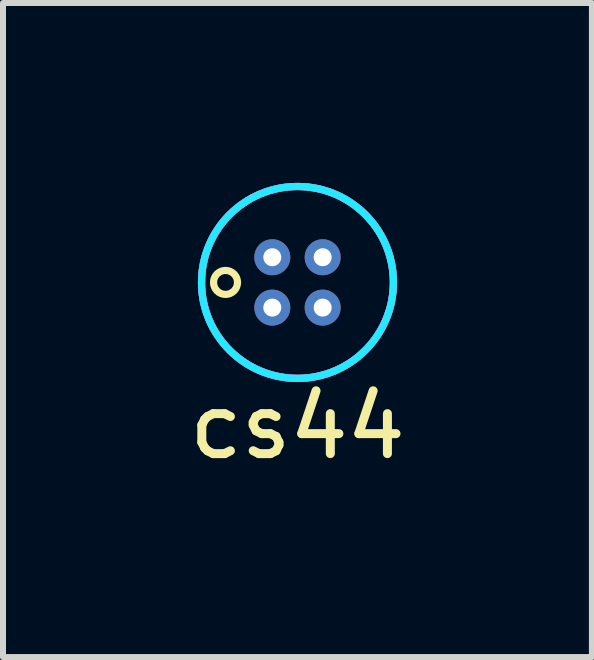
<source format=kicad_pcb>
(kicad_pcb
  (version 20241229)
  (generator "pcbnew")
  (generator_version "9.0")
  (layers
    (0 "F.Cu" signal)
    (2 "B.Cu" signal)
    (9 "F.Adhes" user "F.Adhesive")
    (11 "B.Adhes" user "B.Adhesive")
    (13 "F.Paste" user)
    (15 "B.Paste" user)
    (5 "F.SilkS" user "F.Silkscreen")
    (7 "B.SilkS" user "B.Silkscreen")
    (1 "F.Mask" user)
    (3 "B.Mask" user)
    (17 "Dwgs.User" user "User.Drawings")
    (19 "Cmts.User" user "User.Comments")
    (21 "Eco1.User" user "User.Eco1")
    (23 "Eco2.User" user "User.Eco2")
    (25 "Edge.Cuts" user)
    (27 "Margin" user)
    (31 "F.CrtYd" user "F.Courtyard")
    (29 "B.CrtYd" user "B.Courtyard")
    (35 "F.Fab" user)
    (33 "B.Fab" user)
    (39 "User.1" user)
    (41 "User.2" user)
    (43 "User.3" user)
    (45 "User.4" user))
  (footprint "cs44"
    (layer "F.Cu")
    (at 1.911 1.66)
    (property "Reference" "cs44" (at 0 2.4 0) (layer "F.SilkS") (effects (font (size 1 1) (thickness 0.15))))
    (attr through_hole)
    (fp_circle (center -1.2 0) (end -1.4 0) (stroke (width 0.12) (type solid)) (fill no) (layer "F.SilkS"))
    (fp_circle (center 0 0) (end 0 -1.6) (stroke (width 0.12) (type solid)) (fill no) (layer "F.SilkS"))
    (fp_circle (center 0 0) (end 0 -1.6) (stroke (width 0.12) (type solid)) (fill no) (layer "B.CrtYd"))
    (fp_circle (center 0 0) (end 0 -1.6) (stroke (width 0.12) (type solid)) (fill no) (layer "F.CrtYd"))
    (pad "1" thru_hole circle (at -0.42 0.42) (size 0.6 0.6) (drill 0.3) (layers "*.Mask" "B.Cu"))
    (pad "2" thru_hole circle (at 0.42 0.42) (size 0.6 0.6) (drill 0.3) (layers "*.Mask" "B.Cu"))
    (pad "3" thru_hole circle (at 0.42 -0.42) (size 0.6 0.6) (drill 0.3) (layers "*.Mask" "B.Cu"))
    (pad "4" thru_hole circle (at -0.42 -0.42) (size 0.6 0.6) (drill 0.3) (layers "*.Mask" "B.Cu")))
  (gr_rect
    (start -3 -3)
    (end 6.821 7.908)
    (stroke (width 0.1) (type default))
    (fill no)
    (layer "Edge.Cuts")))
</source>
